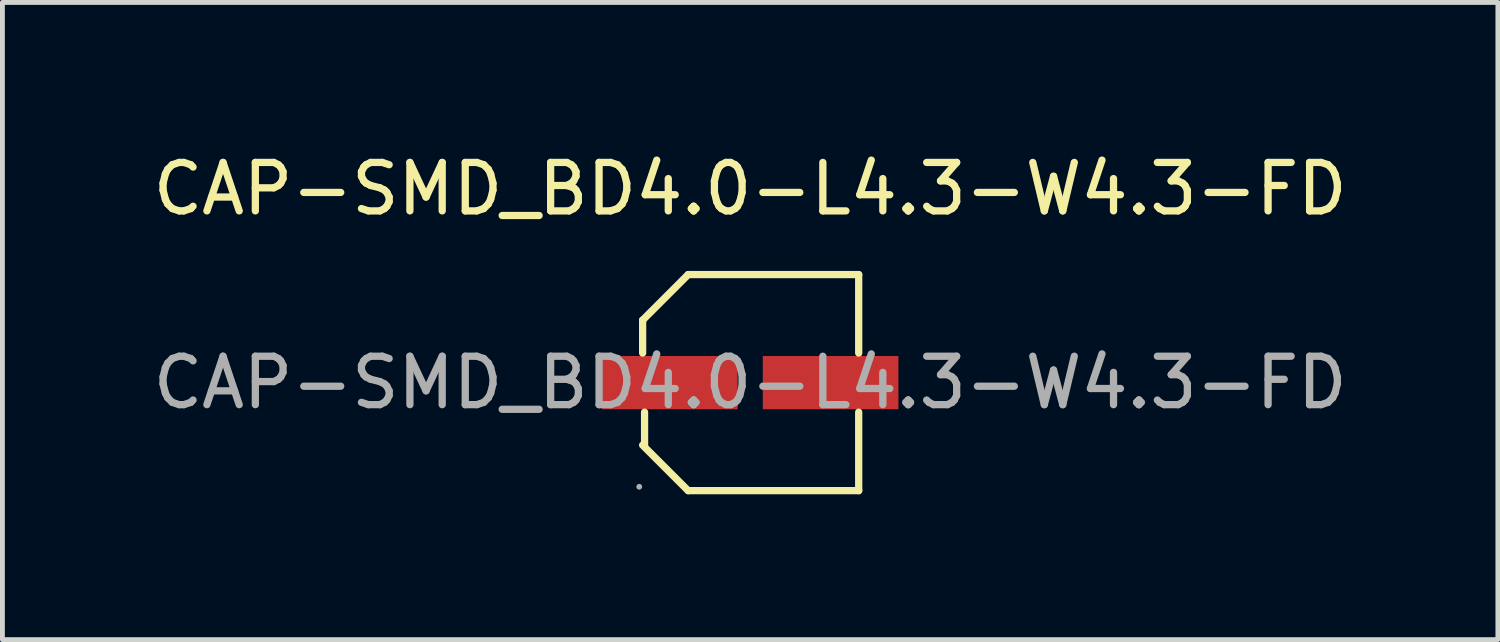
<source format=kicad_pcb>
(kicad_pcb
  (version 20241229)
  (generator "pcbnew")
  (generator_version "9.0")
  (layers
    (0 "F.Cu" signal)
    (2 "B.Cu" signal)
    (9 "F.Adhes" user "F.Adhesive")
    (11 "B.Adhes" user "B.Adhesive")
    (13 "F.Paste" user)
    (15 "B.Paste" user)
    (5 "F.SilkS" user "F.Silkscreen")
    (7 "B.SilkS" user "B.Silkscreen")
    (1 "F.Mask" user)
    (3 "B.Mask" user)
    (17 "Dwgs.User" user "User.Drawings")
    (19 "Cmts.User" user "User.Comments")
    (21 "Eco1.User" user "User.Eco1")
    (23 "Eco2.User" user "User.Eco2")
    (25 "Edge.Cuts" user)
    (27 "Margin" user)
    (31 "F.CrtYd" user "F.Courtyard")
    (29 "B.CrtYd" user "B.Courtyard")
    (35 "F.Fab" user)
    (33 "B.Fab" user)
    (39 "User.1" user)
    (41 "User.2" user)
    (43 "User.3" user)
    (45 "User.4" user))
  (footprint "CAP-SMD_BD4.0-L4.3-W4.3-FD"
    (layer "F.Cu")
    (at 12.435 4.848)
    (property "Reference" "CAP-SMD_BD4.0-L4.3-W4.3-FD" (at 0 -4 0) (layer "F.SilkS") (effects (font (size 1 1) (thickness 0.15))))
    (attr through_hole)
    (fp_line (start -2.22 -1.29) (end -2.22 -0.61) (stroke (width 0.15) (type solid)) (layer "F.SilkS"))
    (fp_line (start -2.18 1.29) (end -2.18 0.61) (stroke (width 0.15) (type solid)) (layer "F.SilkS"))
    (fp_line (start -1.28 -2.23) (end -2.22 -1.29) (stroke (width 0.15) (type solid)) (layer "F.SilkS"))
    (fp_line (start -1.28 2.23) (end -2.22 1.29) (stroke (width 0.15) (type solid)) (layer "F.SilkS"))
    (fp_line (start 2.24 -2.23) (end -1.28 -2.23) (stroke (width 0.15) (type solid)) (layer "F.SilkS"))
    (fp_line (start 2.24 -0.61) (end 2.24 -2.23) (stroke (width 0.15) (type solid)) (layer "F.SilkS"))
    (fp_line (start 2.24 0.61) (end 2.24 2.23) (stroke (width 0.15) (type solid)) (layer "F.SilkS"))
    (fp_line (start 2.24 2.23) (end -1.28 2.23) (stroke (width 0.15) (type solid)) (layer "F.SilkS"))
    (fp_circle (center -2.29 2.15) (end -2.26 2.15) (stroke (width 0.06) (type solid)) (fill no) (layer "F.Fab"))
    (fp_text user "${REFERENCE}" (at 0 0 0) (layer "F.Fab") (effects (font (size 1 1) (thickness 0.15))))
    (pad "1" smd rect (at -1.66 0) (size 2.8 1.1) (layers "F.Cu" "F.Mask" "F.Paste"))
    (pad "2" smd rect (at 1.66 0) (size 2.8 1.1) (layers "F.Cu" "F.Mask" "F.Paste")))
  (gr_rect
    (start -3 -3)
    (end 27.869 10.153)
    (stroke (width 0.1) (type default))
    (fill no)
    (layer "Edge.Cuts")))
</source>
